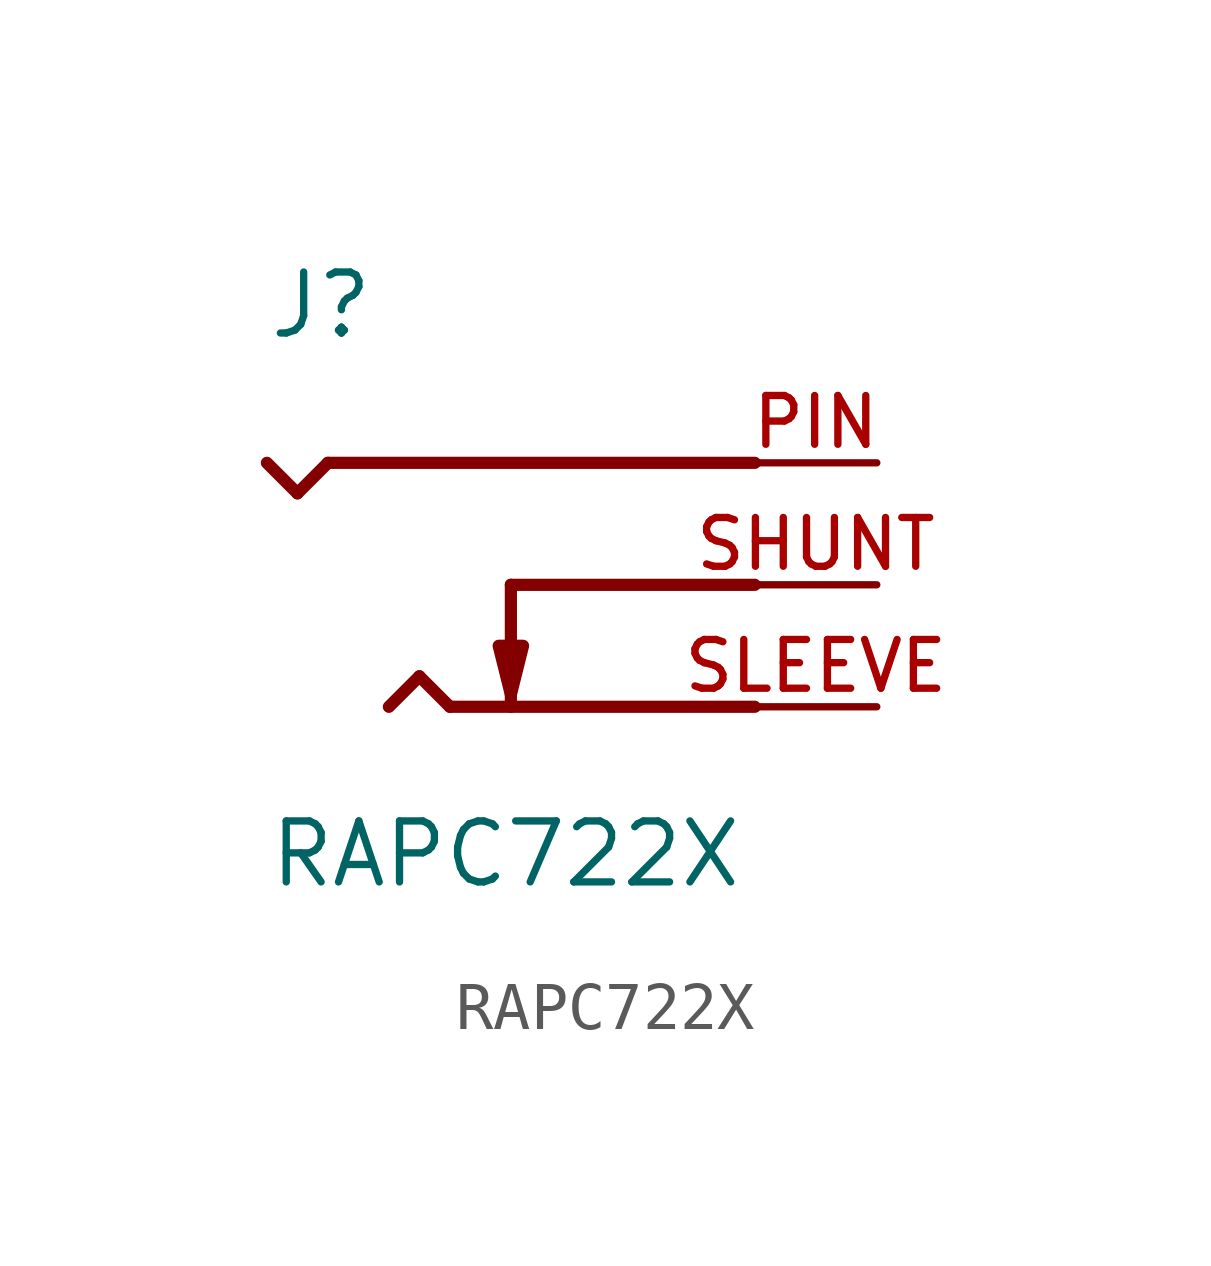
<source format=kicad_sym>
(kicad_symbol_lib
  (version 20211014)
  (generator kicad_symbol_editor)
  (symbol "RAPC722X"
    (pin_names
      (offset 1.016))
    (property "Reference" "J"
      (at -5.08 5.08 0)
      (effects (font (size 1.27 1.27)) (justify bottom left)))
    (property "Value" "RAPC722X"
      (at -5.08 -6.35 0)
      (effects (font (size 1.27 1.27)) (justify bottom left)))
    (symbol "RAPC722X_0_0"
      (polyline (pts (xy 0.0 -2.286) (xy 0.254 -1.27) (xy -0.254 -1.27) (xy 0.0 -2.286)) (stroke (width 0.254)) (fill (type outline)))
      (polyline (pts (xy 0.0 0.0) (xy 5.08 0.0)) (stroke (width 0.254)))
      (polyline (pts (xy 0.0 0.0) (xy 0.0 -2.54)) (stroke (width 0.254)))
      (polyline (pts (xy 5.08 -2.54) (xy -1.27 -2.54)) (stroke (width 0.254)))
      (polyline (pts (xy -1.27 -2.54) (xy -1.905 -1.905)) (stroke (width 0.254)))
      (polyline (pts (xy -1.905 -1.905) (xy -2.54 -2.54)) (stroke (width 0.254)))
      (polyline (pts (xy 5.08 2.54) (xy -3.81 2.54)) (stroke (width 0.254)))
      (polyline (pts (xy -3.81 2.54) (xy -4.445 1.905)) (stroke (width 0.254)))
      (polyline (pts (xy -4.445 1.905) (xy -5.08 2.54)) (stroke (width 0.254)))
      (pin passive line (at 7.62 -2.54 180.0) (length 2.54) (name "~" (effects (font (size 1.016 1.016)))) (number "SLEEVE" (effects (font (size 1.016 1.016)))))
      (pin passive line (at 7.62 2.54 180.0) (length 2.54) (name "~" (effects (font (size 1.016 1.016)))) (number "PIN" (effects (font (size 1.016 1.016)))))
      (pin passive line (at 7.62 0.0 180.0) (length 2.54) (name "~" (effects (font (size 1.016 1.016)))) (number "SHUNT" (effects (font (size 1.016 1.016))))))))
</source>
